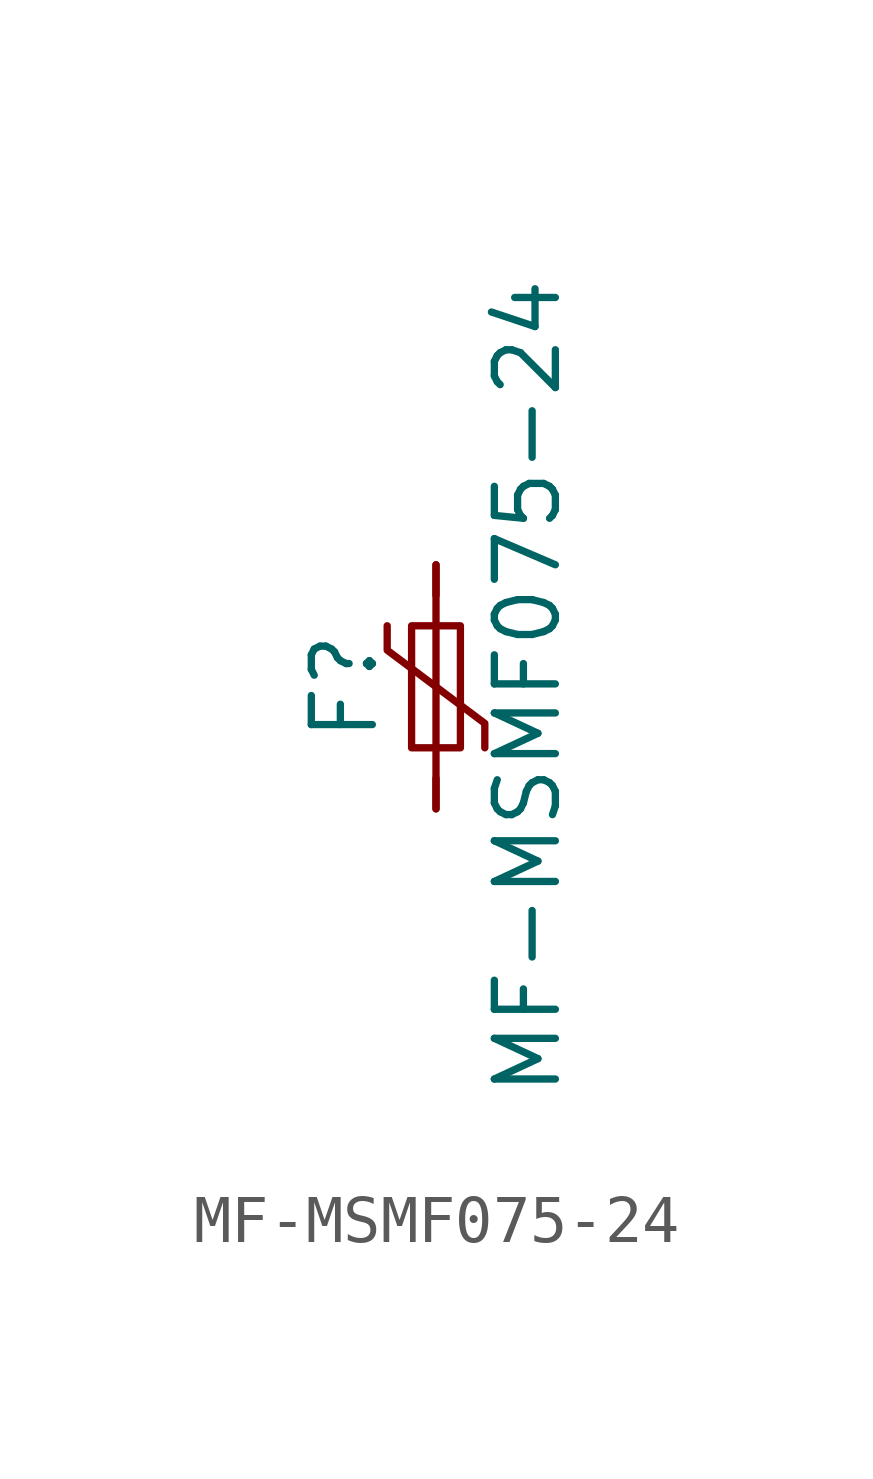
<source format=kicad_sym>
(kicad_symbol_lib
  (version 20211014)
  (generator kicad_symbol_editor)
  (symbol "MF-MSMF075-24"
    (pin_numbers hide)
    (pin_names
      (offset 0))
    (property "Reference" "F"
      (at -1.905 0 90)
      (effects (font (size 1.27 1.27))))
    (property "Value" "MF-MSMF075-24"
      (at 1.905 0 90)
      (effects (font (size 1.27 1.27))))
    (symbol "MF-MSMF075-24_0_1"
      (rectangle (start -0.508 1.27) (end 0.508 -1.27) (stroke (width 0) (type default) (color 0 0 0 0)) (fill (type none)))
      (polyline (pts (xy 0 2.54) (xy 0 -2.54)) (stroke (width 0) (type default) (color 0 0 0 0)) (fill (type none)))
      (polyline (pts (xy -1.016 1.27) (xy -1.016 0.762) (xy 1.016 -0.762) (xy 1.016 -1.27)) (stroke (width 0) (type default) (color 0 0 0 0)) (fill (type none))))
    (symbol "MF-MSMF075-24_1_1"
      (pin passive line (at 0 2.54 270) (length 0.635) (name "~" (effects (font (size 1.27 1.27)))) (number "1" (effects (font (size 1.27 1.27)))))
      (pin passive line (at 0 -2.54 90) (length 0.635) (name "~" (effects (font (size 1.27 1.27)))) (number "2" (effects (font (size 1.27 1.27))))))))
</source>
